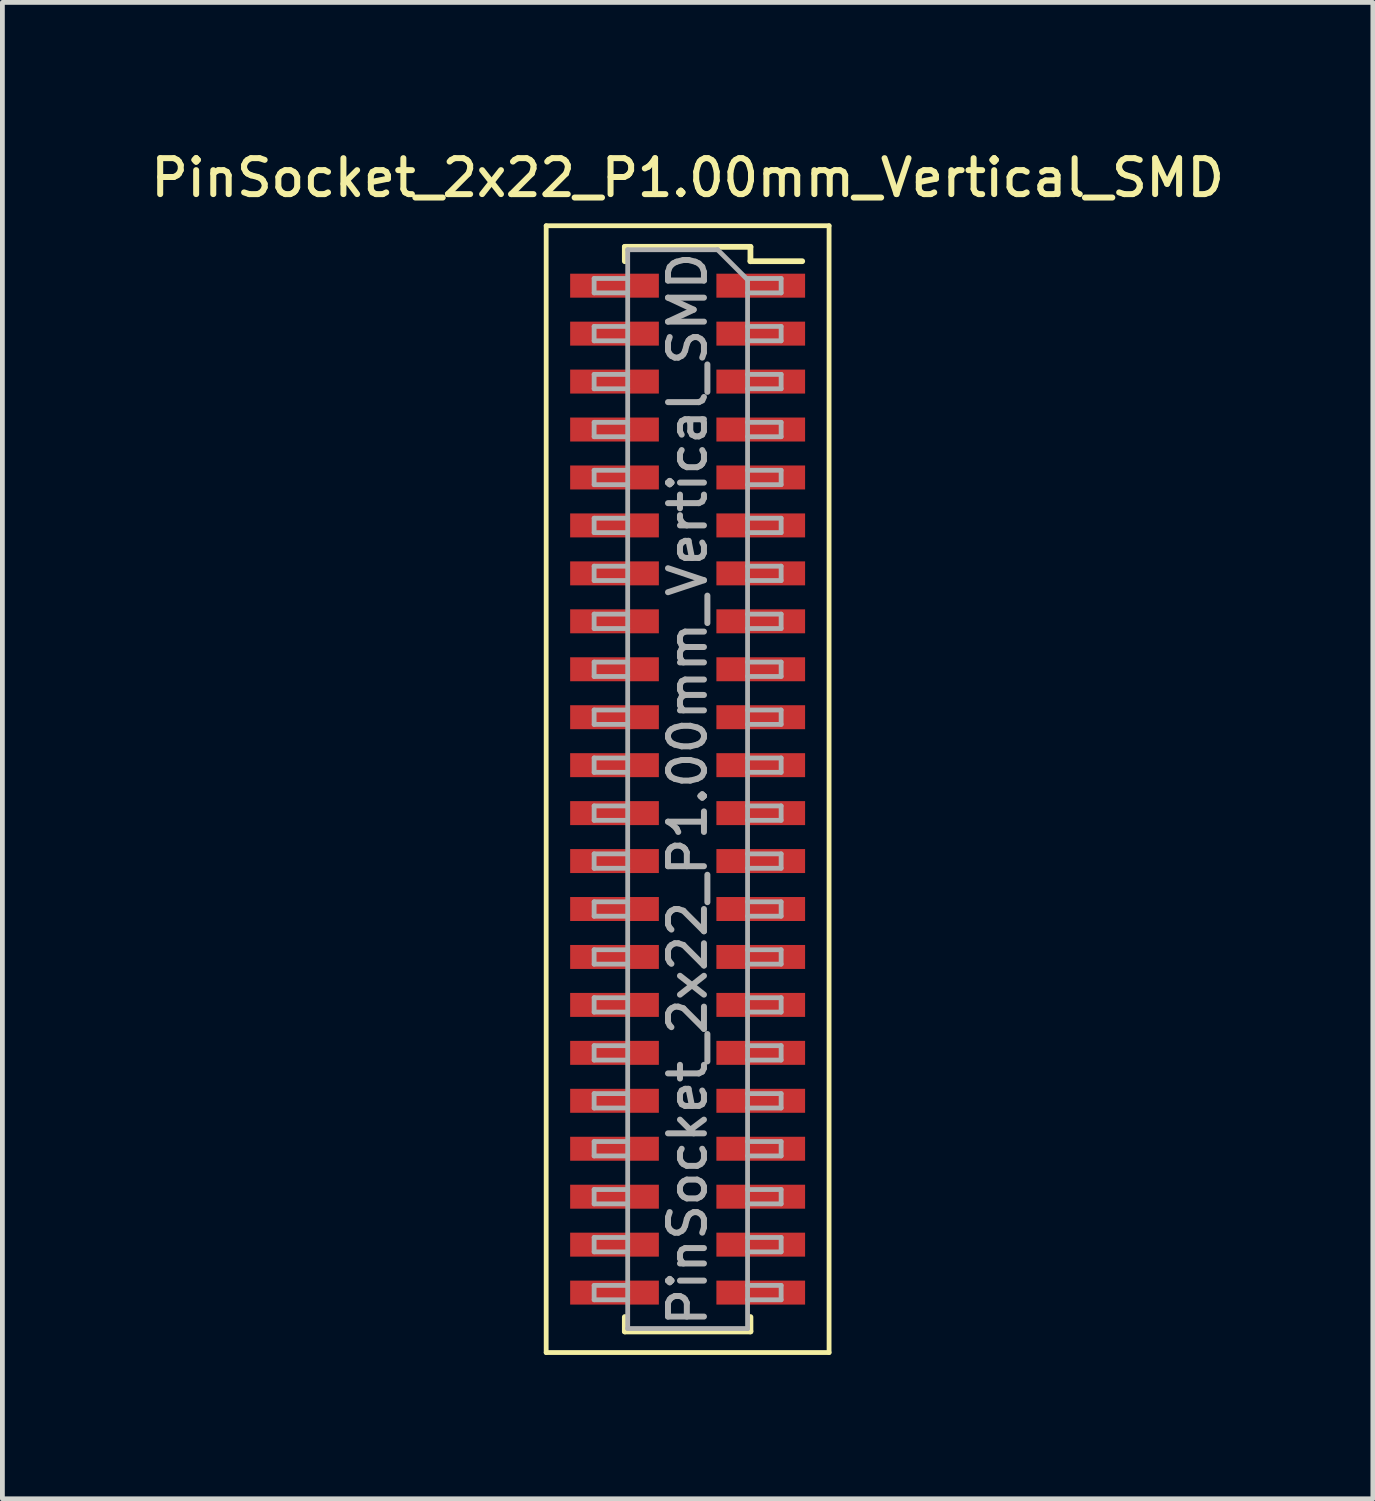
<source format=kicad_pcb>
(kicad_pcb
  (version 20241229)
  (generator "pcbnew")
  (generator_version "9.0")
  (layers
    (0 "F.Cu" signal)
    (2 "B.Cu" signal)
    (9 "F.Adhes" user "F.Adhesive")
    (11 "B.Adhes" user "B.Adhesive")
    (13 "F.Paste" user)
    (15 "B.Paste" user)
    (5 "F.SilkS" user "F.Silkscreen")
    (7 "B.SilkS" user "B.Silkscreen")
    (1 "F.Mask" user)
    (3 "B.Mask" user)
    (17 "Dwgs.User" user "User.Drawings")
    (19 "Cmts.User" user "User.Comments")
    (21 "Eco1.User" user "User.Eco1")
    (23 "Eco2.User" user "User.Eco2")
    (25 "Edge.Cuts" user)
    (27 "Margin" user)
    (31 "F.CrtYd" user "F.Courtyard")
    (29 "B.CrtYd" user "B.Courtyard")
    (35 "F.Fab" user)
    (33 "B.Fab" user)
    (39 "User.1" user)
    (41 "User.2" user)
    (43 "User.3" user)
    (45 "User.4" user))
  (footprint "PinSocket_2x22_P1.00mm_Vertical_SMD"
    (layer "F.Cu")
    (at 11.291 13.408)
    (property "Reference" "PinSocket_2x22_P1.00mm_Vertical_SMD" (at 0 -12.75 0) (layer "F.SilkS") (effects (font (size 0.75 0.75) (thickness 0.125))))
    (attr smd)
    (fp_line (start -2.95 -11.75) (end 2.95 -11.75) (stroke (width 0.1) (type solid)) (layer "F.SilkS"))
    (fp_line (start -2.95 11.75) (end -2.95 -11.75) (stroke (width 0.1) (type solid)) (layer "F.SilkS"))
    (fp_line (start -1.31 -11.31) (end -1.31 -11.01) (stroke (width 0.12) (type solid)) (layer "F.SilkS"))
    (fp_line (start -1.31 -11.31) (end 1.31 -11.31) (stroke (width 0.12) (type solid)) (layer "F.SilkS"))
    (fp_line (start -1.31 11.01) (end -1.31 11.31) (stroke (width 0.12) (type solid)) (layer "F.SilkS"))
    (fp_line (start -1.31 11.31) (end 1.31 11.31) (stroke (width 0.12) (type solid)) (layer "F.SilkS"))
    (fp_line (start 1.31 -11.31) (end 1.31 -11.01) (stroke (width 0.12) (type solid)) (layer "F.SilkS"))
    (fp_line (start 1.31 -11.01) (end 2.39 -11.01) (stroke (width 0.12) (type solid)) (layer "F.SilkS"))
    (fp_line (start 1.31 11.01) (end 1.31 11.31) (stroke (width 0.12) (type solid)) (layer "F.SilkS"))
    (fp_line (start 2.95 -11.75) (end 2.95 11.75) (stroke (width 0.1) (type solid)) (layer "F.SilkS"))
    (fp_line (start 2.95 11.75) (end -2.95 11.75) (stroke (width 0.1) (type solid)) (layer "F.SilkS"))
    (fp_line (start -1.95 -10.65) (end -1.25 -10.65) (stroke (width 0.1) (type solid)) (layer "F.Fab"))
    (fp_line (start -1.95 -10.35) (end -1.95 -10.65) (stroke (width 0.1) (type solid)) (layer "F.Fab"))
    (fp_line (start -1.95 -9.65) (end -1.25 -9.65) (stroke (width 0.1) (type solid)) (layer "F.Fab"))
    (fp_line (start -1.95 -9.35) (end -1.95 -9.65) (stroke (width 0.1) (type solid)) (layer "F.Fab"))
    (fp_line (start -1.95 -8.65) (end -1.25 -8.65) (stroke (width 0.1) (type solid)) (layer "F.Fab"))
    (fp_line (start -1.95 -8.35) (end -1.95 -8.65) (stroke (width 0.1) (type solid)) (layer "F.Fab"))
    (fp_line (start -1.95 -7.65) (end -1.25 -7.65) (stroke (width 0.1) (type solid)) (layer "F.Fab"))
    (fp_line (start -1.95 -7.35) (end -1.95 -7.65) (stroke (width 0.1) (type solid)) (layer "F.Fab"))
    (fp_line (start -1.95 -6.65) (end -1.25 -6.65) (stroke (width 0.1) (type solid)) (layer "F.Fab"))
    (fp_line (start -1.95 -6.35) (end -1.95 -6.65) (stroke (width 0.1) (type solid)) (layer "F.Fab"))
    (fp_line (start -1.95 -5.65) (end -1.25 -5.65) (stroke (width 0.1) (type solid)) (layer "F.Fab"))
    (fp_line (start -1.95 -5.35) (end -1.95 -5.65) (stroke (width 0.1) (type solid)) (layer "F.Fab"))
    (fp_line (start -1.95 -4.65) (end -1.25 -4.65) (stroke (width 0.1) (type solid)) (layer "F.Fab"))
    (fp_line (start -1.95 -4.35) (end -1.95 -4.65) (stroke (width 0.1) (type solid)) (layer "F.Fab"))
    (fp_line (start -1.95 -3.65) (end -1.25 -3.65) (stroke (width 0.1) (type solid)) (layer "F.Fab"))
    (fp_line (start -1.95 -3.35) (end -1.95 -3.65) (stroke (width 0.1) (type solid)) (layer "F.Fab"))
    (fp_line (start -1.95 -2.65) (end -1.25 -2.65) (stroke (width 0.1) (type solid)) (layer "F.Fab"))
    (fp_line (start -1.95 -2.35) (end -1.95 -2.65) (stroke (width 0.1) (type solid)) (layer "F.Fab"))
    (fp_line (start -1.95 -1.65) (end -1.25 -1.65) (stroke (width 0.1) (type solid)) (layer "F.Fab"))
    (fp_line (start -1.95 -1.35) (end -1.95 -1.65) (stroke (width 0.1) (type solid)) (layer "F.Fab"))
    (fp_line (start -1.95 -0.65) (end -1.25 -0.65) (stroke (width 0.1) (type solid)) (layer "F.Fab"))
    (fp_line (start -1.95 -0.35) (end -1.95 -0.65) (stroke (width 0.1) (type solid)) (layer "F.Fab"))
    (fp_line (start -1.95 0.35) (end -1.25 0.35) (stroke (width 0.1) (type solid)) (layer "F.Fab"))
    (fp_line (start -1.95 0.65) (end -1.95 0.35) (stroke (width 0.1) (type solid)) (layer "F.Fab"))
    (fp_line (start -1.95 1.35) (end -1.25 1.35) (stroke (width 0.1) (type solid)) (layer "F.Fab"))
    (fp_line (start -1.95 1.65) (end -1.95 1.35) (stroke (width 0.1) (type solid)) (layer "F.Fab"))
    (fp_line (start -1.95 2.35) (end -1.25 2.35) (stroke (width 0.1) (type solid)) (layer "F.Fab"))
    (fp_line (start -1.95 2.65) (end -1.95 2.35) (stroke (width 0.1) (type solid)) (layer "F.Fab"))
    (fp_line (start -1.95 3.35) (end -1.25 3.35) (stroke (width 0.1) (type solid)) (layer "F.Fab"))
    (fp_line (start -1.95 3.65) (end -1.95 3.35) (stroke (width 0.1) (type solid)) (layer "F.Fab"))
    (fp_line (start -1.95 4.35) (end -1.25 4.35) (stroke (width 0.1) (type solid)) (layer "F.Fab"))
    (fp_line (start -1.95 4.65) (end -1.95 4.35) (stroke (width 0.1) (type solid)) (layer "F.Fab"))
    (fp_line (start -1.95 5.35) (end -1.25 5.35) (stroke (width 0.1) (type solid)) (layer "F.Fab"))
    (fp_line (start -1.95 5.65) (end -1.95 5.35) (stroke (width 0.1) (type solid)) (layer "F.Fab"))
    (fp_line (start -1.95 6.35) (end -1.25 6.35) (stroke (width 0.1) (type solid)) (layer "F.Fab"))
    (fp_line (start -1.95 6.65) (end -1.95 6.35) (stroke (width 0.1) (type solid)) (layer "F.Fab"))
    (fp_line (start -1.95 7.35) (end -1.25 7.35) (stroke (width 0.1) (type solid)) (layer "F.Fab"))
    (fp_line (start -1.95 7.65) (end -1.95 7.35) (stroke (width 0.1) (type solid)) (layer "F.Fab"))
    (fp_line (start -1.95 8.35) (end -1.25 8.35) (stroke (width 0.1) (type solid)) (layer "F.Fab"))
    (fp_line (start -1.95 8.65) (end -1.95 8.35) (stroke (width 0.1) (type solid)) (layer "F.Fab"))
    (fp_line (start -1.95 9.35) (end -1.25 9.35) (stroke (width 0.1) (type solid)) (layer "F.Fab"))
    (fp_line (start -1.95 9.65) (end -1.95 9.35) (stroke (width 0.1) (type solid)) (layer "F.Fab"))
    (fp_line (start -1.95 10.35) (end -1.25 10.35) (stroke (width 0.1) (type solid)) (layer "F.Fab"))
    (fp_line (start -1.95 10.65) (end -1.95 10.35) (stroke (width 0.1) (type solid)) (layer "F.Fab"))
    (fp_line (start -1.25 -11.25) (end 0.625 -11.25) (stroke (width 0.1) (type solid)) (layer "F.Fab"))
    (fp_line (start -1.25 -10.35) (end -1.95 -10.35) (stroke (width 0.1) (type solid)) (layer "F.Fab"))
    (fp_line (start -1.25 -9.35) (end -1.95 -9.35) (stroke (width 0.1) (type solid)) (layer "F.Fab"))
    (fp_line (start -1.25 -8.35) (end -1.95 -8.35) (stroke (width 0.1) (type solid)) (layer "F.Fab"))
    (fp_line (start -1.25 -7.35) (end -1.95 -7.35) (stroke (width 0.1) (type solid)) (layer "F.Fab"))
    (fp_line (start -1.25 -6.35) (end -1.95 -6.35) (stroke (width 0.1) (type solid)) (layer "F.Fab"))
    (fp_line (start -1.25 -5.35) (end -1.95 -5.35) (stroke (width 0.1) (type solid)) (layer "F.Fab"))
    (fp_line (start -1.25 -4.35) (end -1.95 -4.35) (stroke (width 0.1) (type solid)) (layer "F.Fab"))
    (fp_line (start -1.25 -3.35) (end -1.95 -3.35) (stroke (width 0.1) (type solid)) (layer "F.Fab"))
    (fp_line (start -1.25 -2.35) (end -1.95 -2.35) (stroke (width 0.1) (type solid)) (layer "F.Fab"))
    (fp_line (start -1.25 -1.35) (end -1.95 -1.35) (stroke (width 0.1) (type solid)) (layer "F.Fab"))
    (fp_line (start -1.25 -0.35) (end -1.95 -0.35) (stroke (width 0.1) (type solid)) (layer "F.Fab"))
    (fp_line (start -1.25 0.65) (end -1.95 0.65) (stroke (width 0.1) (type solid)) (layer "F.Fab"))
    (fp_line (start -1.25 1.65) (end -1.95 1.65) (stroke (width 0.1) (type solid)) (layer "F.Fab"))
    (fp_line (start -1.25 2.65) (end -1.95 2.65) (stroke (width 0.1) (type solid)) (layer "F.Fab"))
    (fp_line (start -1.25 3.65) (end -1.95 3.65) (stroke (width 0.1) (type solid)) (layer "F.Fab"))
    (fp_line (start -1.25 4.65) (end -1.95 4.65) (stroke (width 0.1) (type solid)) (layer "F.Fab"))
    (fp_line (start -1.25 5.65) (end -1.95 5.65) (stroke (width 0.1) (type solid)) (layer "F.Fab"))
    (fp_line (start -1.25 6.65) (end -1.95 6.65) (stroke (width 0.1) (type solid)) (layer "F.Fab"))
    (fp_line (start -1.25 7.65) (end -1.95 7.65) (stroke (width 0.1) (type solid)) (layer "F.Fab"))
    (fp_line (start -1.25 8.65) (end -1.95 8.65) (stroke (width 0.1) (type solid)) (layer "F.Fab"))
    (fp_line (start -1.25 9.65) (end -1.95 9.65) (stroke (width 0.1) (type solid)) (layer "F.Fab"))
    (fp_line (start -1.25 10.65) (end -1.95 10.65) (stroke (width 0.1) (type solid)) (layer "F.Fab"))
    (fp_line (start -1.25 11.25) (end -1.25 -11.25) (stroke (width 0.1) (type solid)) (layer "F.Fab"))
    (fp_line (start 0.625 -11.25) (end 1.25 -10.625) (stroke (width 0.1) (type solid)) (layer "F.Fab"))
    (fp_line (start 1.25 -10.65) (end 1.95 -10.65) (stroke (width 0.1) (type solid)) (layer "F.Fab"))
    (fp_line (start 1.25 -10.625) (end 1.25 11.25) (stroke (width 0.1) (type solid)) (layer "F.Fab"))
    (fp_line (start 1.25 -9.65) (end 1.95 -9.65) (stroke (width 0.1) (type solid)) (layer "F.Fab"))
    (fp_line (start 1.25 -8.65) (end 1.95 -8.65) (stroke (width 0.1) (type solid)) (layer "F.Fab"))
    (fp_line (start 1.25 -7.65) (end 1.95 -7.65) (stroke (width 0.1) (type solid)) (layer "F.Fab"))
    (fp_line (start 1.25 -6.65) (end 1.95 -6.65) (stroke (width 0.1) (type solid)) (layer "F.Fab"))
    (fp_line (start 1.25 -5.65) (end 1.95 -5.65) (stroke (width 0.1) (type solid)) (layer "F.Fab"))
    (fp_line (start 1.25 -4.65) (end 1.95 -4.65) (stroke (width 0.1) (type solid)) (layer "F.Fab"))
    (fp_line (start 1.25 -3.65) (end 1.95 -3.65) (stroke (width 0.1) (type solid)) (layer "F.Fab"))
    (fp_line (start 1.25 -2.65) (end 1.95 -2.65) (stroke (width 0.1) (type solid)) (layer "F.Fab"))
    (fp_line (start 1.25 -1.65) (end 1.95 -1.65) (stroke (width 0.1) (type solid)) (layer "F.Fab"))
    (fp_line (start 1.25 -0.65) (end 1.95 -0.65) (stroke (width 0.1) (type solid)) (layer "F.Fab"))
    (fp_line (start 1.25 0.35) (end 1.95 0.35) (stroke (width 0.1) (type solid)) (layer "F.Fab"))
    (fp_line (start 1.25 1.35) (end 1.95 1.35) (stroke (width 0.1) (type solid)) (layer "F.Fab"))
    (fp_line (start 1.25 2.35) (end 1.95 2.35) (stroke (width 0.1) (type solid)) (layer "F.Fab"))
    (fp_line (start 1.25 3.35) (end 1.95 3.35) (stroke (width 0.1) (type solid)) (layer "F.Fab"))
    (fp_line (start 1.25 4.35) (end 1.95 4.35) (stroke (width 0.1) (type solid)) (layer "F.Fab"))
    (fp_line (start 1.25 5.35) (end 1.95 5.35) (stroke (width 0.1) (type solid)) (layer "F.Fab"))
    (fp_line (start 1.25 6.35) (end 1.95 6.35) (stroke (width 0.1) (type solid)) (layer "F.Fab"))
    (fp_line (start 1.25 7.35) (end 1.95 7.35) (stroke (width 0.1) (type solid)) (layer "F.Fab"))
    (fp_line (start 1.25 8.35) (end 1.95 8.35) (stroke (width 0.1) (type solid)) (layer "F.Fab"))
    (fp_line (start 1.25 9.35) (end 1.95 9.35) (stroke (width 0.1) (type solid)) (layer "F.Fab"))
    (fp_line (start 1.25 10.35) (end 1.95 10.35) (stroke (width 0.1) (type solid)) (layer "F.Fab"))
    (fp_line (start 1.25 11.25) (end -1.25 11.25) (stroke (width 0.1) (type solid)) (layer "F.Fab"))
    (fp_line (start 1.95 -10.65) (end 1.95 -10.35) (stroke (width 0.1) (type solid)) (layer "F.Fab"))
    (fp_line (start 1.95 -10.35) (end 1.25 -10.35) (stroke (width 0.1) (type solid)) (layer "F.Fab"))
    (fp_line (start 1.95 -9.65) (end 1.95 -9.35) (stroke (width 0.1) (type solid)) (layer "F.Fab"))
    (fp_line (start 1.95 -9.35) (end 1.25 -9.35) (stroke (width 0.1) (type solid)) (layer "F.Fab"))
    (fp_line (start 1.95 -8.65) (end 1.95 -8.35) (stroke (width 0.1) (type solid)) (layer "F.Fab"))
    (fp_line (start 1.95 -8.35) (end 1.25 -8.35) (stroke (width 0.1) (type solid)) (layer "F.Fab"))
    (fp_line (start 1.95 -7.65) (end 1.95 -7.35) (stroke (width 0.1) (type solid)) (layer "F.Fab"))
    (fp_line (start 1.95 -7.35) (end 1.25 -7.35) (stroke (width 0.1) (type solid)) (layer "F.Fab"))
    (fp_line (start 1.95 -6.65) (end 1.95 -6.35) (stroke (width 0.1) (type solid)) (layer "F.Fab"))
    (fp_line (start 1.95 -6.35) (end 1.25 -6.35) (stroke (width 0.1) (type solid)) (layer "F.Fab"))
    (fp_line (start 1.95 -5.65) (end 1.95 -5.35) (stroke (width 0.1) (type solid)) (layer "F.Fab"))
    (fp_line (start 1.95 -5.35) (end 1.25 -5.35) (stroke (width 0.1) (type solid)) (layer "F.Fab"))
    (fp_line (start 1.95 -4.65) (end 1.95 -4.35) (stroke (width 0.1) (type solid)) (layer "F.Fab"))
    (fp_line (start 1.95 -4.35) (end 1.25 -4.35) (stroke (width 0.1) (type solid)) (layer "F.Fab"))
    (fp_line (start 1.95 -3.65) (end 1.95 -3.35) (stroke (width 0.1) (type solid)) (layer "F.Fab"))
    (fp_line (start 1.95 -3.35) (end 1.25 -3.35) (stroke (width 0.1) (type solid)) (layer "F.Fab"))
    (fp_line (start 1.95 -2.65) (end 1.95 -2.35) (stroke (width 0.1) (type solid)) (layer "F.Fab"))
    (fp_line (start 1.95 -2.35) (end 1.25 -2.35) (stroke (width 0.1) (type solid)) (layer "F.Fab"))
    (fp_line (start 1.95 -1.65) (end 1.95 -1.35) (stroke (width 0.1) (type solid)) (layer "F.Fab"))
    (fp_line (start 1.95 -1.35) (end 1.25 -1.35) (stroke (width 0.1) (type solid)) (layer "F.Fab"))
    (fp_line (start 1.95 -0.65) (end 1.95 -0.35) (stroke (width 0.1) (type solid)) (layer "F.Fab"))
    (fp_line (start 1.95 -0.35) (end 1.25 -0.35) (stroke (width 0.1) (type solid)) (layer "F.Fab"))
    (fp_line (start 1.95 0.35) (end 1.95 0.65) (stroke (width 0.1) (type solid)) (layer "F.Fab"))
    (fp_line (start 1.95 0.65) (end 1.25 0.65) (stroke (width 0.1) (type solid)) (layer "F.Fab"))
    (fp_line (start 1.95 1.35) (end 1.95 1.65) (stroke (width 0.1) (type solid)) (layer "F.Fab"))
    (fp_line (start 1.95 1.65) (end 1.25 1.65) (stroke (width 0.1) (type solid)) (layer "F.Fab"))
    (fp_line (start 1.95 2.35) (end 1.95 2.65) (stroke (width 0.1) (type solid)) (layer "F.Fab"))
    (fp_line (start 1.95 2.65) (end 1.25 2.65) (stroke (width 0.1) (type solid)) (layer "F.Fab"))
    (fp_line (start 1.95 3.35) (end 1.95 3.65) (stroke (width 0.1) (type solid)) (layer "F.Fab"))
    (fp_line (start 1.95 3.65) (end 1.25 3.65) (stroke (width 0.1) (type solid)) (layer "F.Fab"))
    (fp_line (start 1.95 4.35) (end 1.95 4.65) (stroke (width 0.1) (type solid)) (layer "F.Fab"))
    (fp_line (start 1.95 4.65) (end 1.25 4.65) (stroke (width 0.1) (type solid)) (layer "F.Fab"))
    (fp_line (start 1.95 5.35) (end 1.95 5.65) (stroke (width 0.1) (type solid)) (layer "F.Fab"))
    (fp_line (start 1.95 5.65) (end 1.25 5.65) (stroke (width 0.1) (type solid)) (layer "F.Fab"))
    (fp_line (start 1.95 6.35) (end 1.95 6.65) (stroke (width 0.1) (type solid)) (layer "F.Fab"))
    (fp_line (start 1.95 6.65) (end 1.25 6.65) (stroke (width 0.1) (type solid)) (layer "F.Fab"))
    (fp_line (start 1.95 7.35) (end 1.95 7.65) (stroke (width 0.1) (type solid)) (layer "F.Fab"))
    (fp_line (start 1.95 7.65) (end 1.25 7.65) (stroke (width 0.1) (type solid)) (layer "F.Fab"))
    (fp_line (start 1.95 8.35) (end 1.95 8.65) (stroke (width 0.1) (type solid)) (layer "F.Fab"))
    (fp_line (start 1.95 8.65) (end 1.25 8.65) (stroke (width 0.1) (type solid)) (layer "F.Fab"))
    (fp_line (start 1.95 9.35) (end 1.95 9.65) (stroke (width 0.1) (type solid)) (layer "F.Fab"))
    (fp_line (start 1.95 9.65) (end 1.25 9.65) (stroke (width 0.1) (type solid)) (layer "F.Fab"))
    (fp_line (start 1.95 10.35) (end 1.95 10.65) (stroke (width 0.1) (type solid)) (layer "F.Fab"))
    (fp_line (start 1.95 10.65) (end 1.25 10.65) (stroke (width 0.1) (type solid)) (layer "F.Fab"))
    (fp_text user "${REFERENCE}" (at 0 0 90) (layer "F.Fab") (effects (font (size 0.75 0.75) (thickness 0.125))))
    (pad "1" smd rect (at 1.525 -10.5) (size 1.85 0.5) (layers "F.Cu" "F.Mask" "F.Paste"))
    (pad "2" smd rect (at -1.525 -10.5) (size 1.85 0.5) (layers "F.Cu" "F.Mask" "F.Paste"))
    (pad "3" smd rect (at 1.525 -9.5) (size 1.85 0.5) (layers "F.Cu" "F.Mask" "F.Paste"))
    (pad "4" smd rect (at -1.525 -9.5) (size 1.85 0.5) (layers "F.Cu" "F.Mask" "F.Paste"))
    (pad "5" smd rect (at 1.525 -8.5) (size 1.85 0.5) (layers "F.Cu" "F.Mask" "F.Paste"))
    (pad "6" smd rect (at -1.525 -8.5) (size 1.85 0.5) (layers "F.Cu" "F.Mask" "F.Paste"))
    (pad "7" smd rect (at 1.525 -7.5) (size 1.85 0.5) (layers "F.Cu" "F.Mask" "F.Paste"))
    (pad "8" smd rect (at -1.525 -7.5) (size 1.85 0.5) (layers "F.Cu" "F.Mask" "F.Paste"))
    (pad "9" smd rect (at 1.525 -6.5) (size 1.85 0.5) (layers "F.Cu" "F.Mask" "F.Paste"))
    (pad "10" smd rect (at -1.525 -6.5) (size 1.85 0.5) (layers "F.Cu" "F.Mask" "F.Paste"))
    (pad "11" smd rect (at 1.525 -5.5) (size 1.85 0.5) (layers "F.Cu" "F.Mask" "F.Paste"))
    (pad "12" smd rect (at -1.525 -5.5) (size 1.85 0.5) (layers "F.Cu" "F.Mask" "F.Paste"))
    (pad "13" smd rect (at 1.525 -4.5) (size 1.85 0.5) (layers "F.Cu" "F.Mask" "F.Paste"))
    (pad "14" smd rect (at -1.525 -4.5) (size 1.85 0.5) (layers "F.Cu" "F.Mask" "F.Paste"))
    (pad "15" smd rect (at 1.525 -3.5) (size 1.85 0.5) (layers "F.Cu" "F.Mask" "F.Paste"))
    (pad "16" smd rect (at -1.525 -3.5) (size 1.85 0.5) (layers "F.Cu" "F.Mask" "F.Paste"))
    (pad "17" smd rect (at 1.525 -2.5) (size 1.85 0.5) (layers "F.Cu" "F.Mask" "F.Paste"))
    (pad "18" smd rect (at -1.525 -2.5) (size 1.85 0.5) (layers "F.Cu" "F.Mask" "F.Paste"))
    (pad "19" smd rect (at 1.525 -1.5) (size 1.85 0.5) (layers "F.Cu" "F.Mask" "F.Paste"))
    (pad "20" smd rect (at -1.525 -1.5) (size 1.85 0.5) (layers "F.Cu" "F.Mask" "F.Paste"))
    (pad "21" smd rect (at 1.525 -0.5) (size 1.85 0.5) (layers "F.Cu" "F.Mask" "F.Paste"))
    (pad "22" smd rect (at -1.525 -0.5) (size 1.85 0.5) (layers "F.Cu" "F.Mask" "F.Paste"))
    (pad "23" smd rect (at 1.525 0.5) (size 1.85 0.5) (layers "F.Cu" "F.Mask" "F.Paste"))
    (pad "24" smd rect (at -1.525 0.5) (size 1.85 0.5) (layers "F.Cu" "F.Mask" "F.Paste"))
    (pad "25" smd rect (at 1.525 1.5) (size 1.85 0.5) (layers "F.Cu" "F.Mask" "F.Paste"))
    (pad "26" smd rect (at -1.525 1.5) (size 1.85 0.5) (layers "F.Cu" "F.Mask" "F.Paste"))
    (pad "27" smd rect (at 1.525 2.5) (size 1.85 0.5) (layers "F.Cu" "F.Mask" "F.Paste"))
    (pad "28" smd rect (at -1.525 2.5) (size 1.85 0.5) (layers "F.Cu" "F.Mask" "F.Paste"))
    (pad "29" smd rect (at 1.525 3.5) (size 1.85 0.5) (layers "F.Cu" "F.Mask" "F.Paste"))
    (pad "30" smd rect (at -1.525 3.5) (size 1.85 0.5) (layers "F.Cu" "F.Mask" "F.Paste"))
    (pad "31" smd rect (at 1.525 4.5) (size 1.85 0.5) (layers "F.Cu" "F.Mask" "F.Paste"))
    (pad "32" smd rect (at -1.525 4.5) (size 1.85 0.5) (layers "F.Cu" "F.Mask" "F.Paste"))
    (pad "33" smd rect (at 1.525 5.5) (size 1.85 0.5) (layers "F.Cu" "F.Mask" "F.Paste"))
    (pad "34" smd rect (at -1.525 5.5) (size 1.85 0.5) (layers "F.Cu" "F.Mask" "F.Paste"))
    (pad "35" smd rect (at 1.525 6.5) (size 1.85 0.5) (layers "F.Cu" "F.Mask" "F.Paste"))
    (pad "36" smd rect (at -1.525 6.5) (size 1.85 0.5) (layers "F.Cu" "F.Mask" "F.Paste"))
    (pad "37" smd rect (at 1.525 7.5) (size 1.85 0.5) (layers "F.Cu" "F.Mask" "F.Paste"))
    (pad "38" smd rect (at -1.525 7.5) (size 1.85 0.5) (layers "F.Cu" "F.Mask" "F.Paste"))
    (pad "39" smd rect (at 1.525 8.5) (size 1.85 0.5) (layers "F.Cu" "F.Mask" "F.Paste"))
    (pad "40" smd rect (at -1.525 8.5) (size 1.85 0.5) (layers "F.Cu" "F.Mask" "F.Paste"))
    (pad "41" smd rect (at 1.525 9.5) (size 1.85 0.5) (layers "F.Cu" "F.Mask" "F.Paste"))
    (pad "42" smd rect (at -1.525 9.5) (size 1.85 0.5) (layers "F.Cu" "F.Mask" "F.Paste"))
    (pad "43" smd rect (at 1.525 10.5) (size 1.85 0.5) (layers "F.Cu" "F.Mask" "F.Paste"))
    (pad "44" smd rect (at -1.525 10.5) (size 1.85 0.5) (layers "F.Cu" "F.Mask" "F.Paste")))
  (gr_rect
    (start -3 -3)
    (end 25.582 28.208)
    (stroke (width 0.1) (type default))
    (fill no)
    (layer "Edge.Cuts")))
</source>
